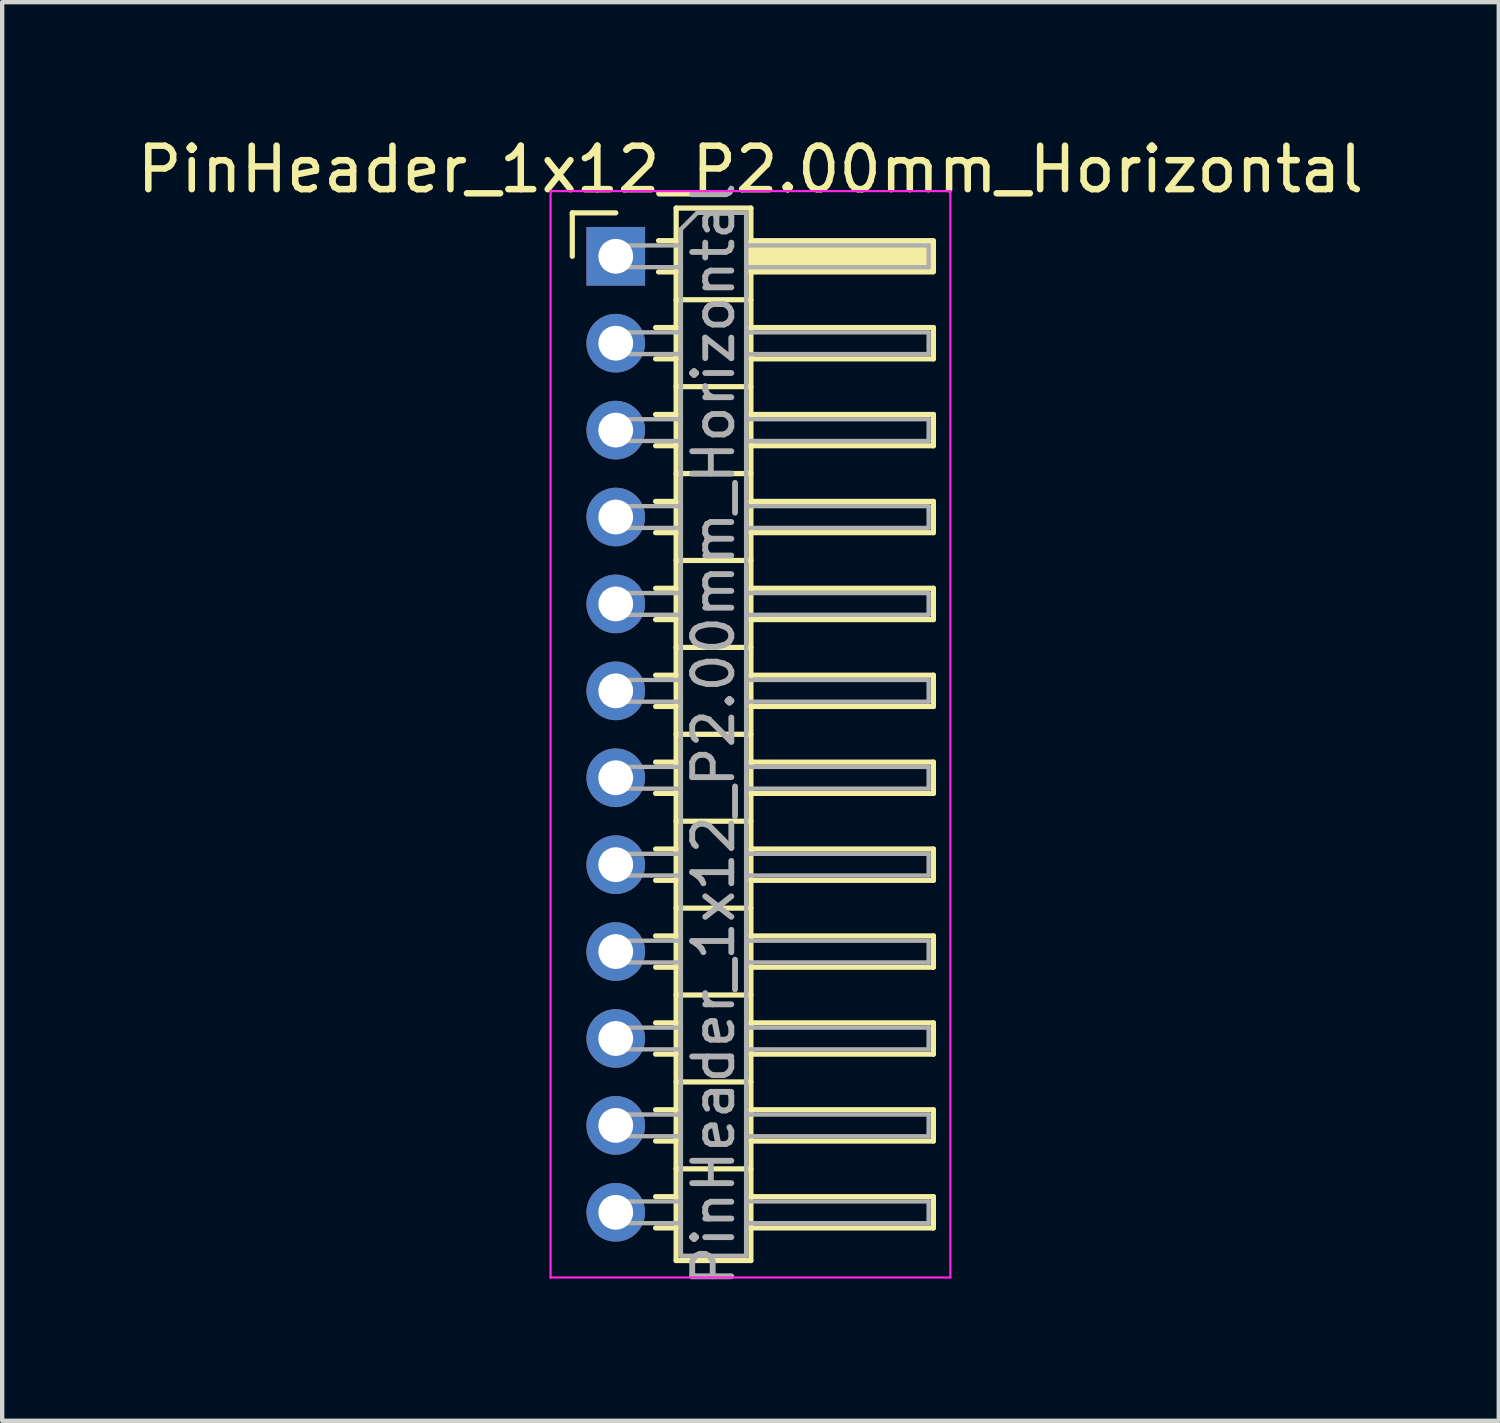
<source format=kicad_pcb>
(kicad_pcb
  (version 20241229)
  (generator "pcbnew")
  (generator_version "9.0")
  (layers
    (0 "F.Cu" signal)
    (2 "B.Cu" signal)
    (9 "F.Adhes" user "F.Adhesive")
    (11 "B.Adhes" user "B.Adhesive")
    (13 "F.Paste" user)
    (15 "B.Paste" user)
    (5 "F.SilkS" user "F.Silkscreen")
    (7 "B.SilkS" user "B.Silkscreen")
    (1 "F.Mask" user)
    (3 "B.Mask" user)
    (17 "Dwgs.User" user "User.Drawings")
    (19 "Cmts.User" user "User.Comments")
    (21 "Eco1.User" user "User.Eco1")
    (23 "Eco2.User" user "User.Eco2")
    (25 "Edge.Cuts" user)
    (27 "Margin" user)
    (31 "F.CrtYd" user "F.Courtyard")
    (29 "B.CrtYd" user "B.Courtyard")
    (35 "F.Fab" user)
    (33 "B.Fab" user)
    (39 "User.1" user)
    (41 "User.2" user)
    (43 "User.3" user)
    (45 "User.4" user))
  (footprint "PinHeader_1x12_P2.00mm_Horizontal"
    (layer "F.Cu")
    (at 11.12 2.848)
    (property "Reference" "PinHeader_1x12_P2.00mm_Horizontal" (at 3.1 -2 0) (layer "F.SilkS") (effects (font (size 1 1) (thickness 0.15))))
    (attr through_hole)
    (fp_line (start -1 -1) (end 0 -1) (stroke (width 0.12) (type solid)) (layer "F.SilkS"))
    (fp_line (start -1 0) (end -1 -1) (stroke (width 0.12) (type solid)) (layer "F.SilkS"))
    (fp_line (start 0.917 1.64) (end 1.39 1.64) (stroke (width 0.12) (type solid)) (layer "F.SilkS"))
    (fp_line (start 0.917 2.36) (end 1.39 2.36) (stroke (width 0.12) (type solid)) (layer "F.SilkS"))
    (fp_line (start 0.917 3.64) (end 1.39 3.64) (stroke (width 0.12) (type solid)) (layer "F.SilkS"))
    (fp_line (start 0.917 4.36) (end 1.39 4.36) (stroke (width 0.12) (type solid)) (layer "F.SilkS"))
    (fp_line (start 0.917 5.64) (end 1.39 5.64) (stroke (width 0.12) (type solid)) (layer "F.SilkS"))
    (fp_line (start 0.917 6.36) (end 1.39 6.36) (stroke (width 0.12) (type solid)) (layer "F.SilkS"))
    (fp_line (start 0.917 7.64) (end 1.39 7.64) (stroke (width 0.12) (type solid)) (layer "F.SilkS"))
    (fp_line (start 0.917 8.36) (end 1.39 8.36) (stroke (width 0.12) (type solid)) (layer "F.SilkS"))
    (fp_line (start 0.917 9.64) (end 1.39 9.64) (stroke (width 0.12) (type solid)) (layer "F.SilkS"))
    (fp_line (start 0.917 10.36) (end 1.39 10.36) (stroke (width 0.12) (type solid)) (layer "F.SilkS"))
    (fp_line (start 0.917 11.64) (end 1.39 11.64) (stroke (width 0.12) (type solid)) (layer "F.SilkS"))
    (fp_line (start 0.917 12.36) (end 1.39 12.36) (stroke (width 0.12) (type solid)) (layer "F.SilkS"))
    (fp_line (start 0.917 13.64) (end 1.39 13.64) (stroke (width 0.12) (type solid)) (layer "F.SilkS"))
    (fp_line (start 0.917 14.36) (end 1.39 14.36) (stroke (width 0.12) (type solid)) (layer "F.SilkS"))
    (fp_line (start 0.917 15.64) (end 1.39 15.64) (stroke (width 0.12) (type solid)) (layer "F.SilkS"))
    (fp_line (start 0.917 16.36) (end 1.39 16.36) (stroke (width 0.12) (type solid)) (layer "F.SilkS"))
    (fp_line (start 0.917 17.64) (end 1.39 17.64) (stroke (width 0.12) (type solid)) (layer "F.SilkS"))
    (fp_line (start 0.917 18.36) (end 1.39 18.36) (stroke (width 0.12) (type solid)) (layer "F.SilkS"))
    (fp_line (start 0.917 19.64) (end 1.39 19.64) (stroke (width 0.12) (type solid)) (layer "F.SilkS"))
    (fp_line (start 0.917 20.36) (end 1.39 20.36) (stroke (width 0.12) (type solid)) (layer "F.SilkS"))
    (fp_line (start 0.917 21.64) (end 1.39 21.64) (stroke (width 0.12) (type solid)) (layer "F.SilkS"))
    (fp_line (start 0.917 22.36) (end 1.39 22.36) (stroke (width 0.12) (type solid)) (layer "F.SilkS"))
    (fp_line (start 0.985 -0.36) (end 1.39 -0.36) (stroke (width 0.12) (type solid)) (layer "F.SilkS"))
    (fp_line (start 0.985 0.36) (end 1.39 0.36) (stroke (width 0.12) (type solid)) (layer "F.SilkS"))
    (fp_line (start 1.39 -1.11) (end 1.39 23.11) (stroke (width 0.12) (type solid)) (layer "F.SilkS"))
    (fp_line (start 1.39 1) (end 3.11 1) (stroke (width 0.12) (type solid)) (layer "F.SilkS"))
    (fp_line (start 1.39 3) (end 3.11 3) (stroke (width 0.12) (type solid)) (layer "F.SilkS"))
    (fp_line (start 1.39 5) (end 3.11 5) (stroke (width 0.12) (type solid)) (layer "F.SilkS"))
    (fp_line (start 1.39 7) (end 3.11 7) (stroke (width 0.12) (type solid)) (layer "F.SilkS"))
    (fp_line (start 1.39 9) (end 3.11 9) (stroke (width 0.12) (type solid)) (layer "F.SilkS"))
    (fp_line (start 1.39 11) (end 3.11 11) (stroke (width 0.12) (type solid)) (layer "F.SilkS"))
    (fp_line (start 1.39 13) (end 3.11 13) (stroke (width 0.12) (type solid)) (layer "F.SilkS"))
    (fp_line (start 1.39 15) (end 3.11 15) (stroke (width 0.12) (type solid)) (layer "F.SilkS"))
    (fp_line (start 1.39 17) (end 3.11 17) (stroke (width 0.12) (type solid)) (layer "F.SilkS"))
    (fp_line (start 1.39 19) (end 3.11 19) (stroke (width 0.12) (type solid)) (layer "F.SilkS"))
    (fp_line (start 1.39 21) (end 3.11 21) (stroke (width 0.12) (type solid)) (layer "F.SilkS"))
    (fp_line (start 1.39 23.11) (end 3.11 23.11) (stroke (width 0.12) (type solid)) (layer "F.SilkS"))
    (fp_line (start 3.11 -1.11) (end 1.39 -1.11) (stroke (width 0.12) (type solid)) (layer "F.SilkS"))
    (fp_line (start 3.11 1.64) (end 7.31 1.64) (stroke (width 0.12) (type solid)) (layer "F.SilkS"))
    (fp_line (start 3.11 3.64) (end 7.31 3.64) (stroke (width 0.12) (type solid)) (layer "F.SilkS"))
    (fp_line (start 3.11 5.64) (end 7.31 5.64) (stroke (width 0.12) (type solid)) (layer "F.SilkS"))
    (fp_line (start 3.11 7.64) (end 7.31 7.64) (stroke (width 0.12) (type solid)) (layer "F.SilkS"))
    (fp_line (start 3.11 9.64) (end 7.31 9.64) (stroke (width 0.12) (type solid)) (layer "F.SilkS"))
    (fp_line (start 3.11 11.64) (end 7.31 11.64) (stroke (width 0.12) (type solid)) (layer "F.SilkS"))
    (fp_line (start 3.11 13.64) (end 7.31 13.64) (stroke (width 0.12) (type solid)) (layer "F.SilkS"))
    (fp_line (start 3.11 15.64) (end 7.31 15.64) (stroke (width 0.12) (type solid)) (layer "F.SilkS"))
    (fp_line (start 3.11 17.64) (end 7.31 17.64) (stroke (width 0.12) (type solid)) (layer "F.SilkS"))
    (fp_line (start 3.11 19.64) (end 7.31 19.64) (stroke (width 0.12) (type solid)) (layer "F.SilkS"))
    (fp_line (start 3.11 21.64) (end 7.31 21.64) (stroke (width 0.12) (type solid)) (layer "F.SilkS"))
    (fp_line (start 3.11 23.11) (end 3.11 -1.11) (stroke (width 0.12) (type solid)) (layer "F.SilkS"))
    (fp_line (start 7.31 1.64) (end 7.31 2.36) (stroke (width 0.12) (type solid)) (layer "F.SilkS"))
    (fp_line (start 7.31 2.36) (end 3.11 2.36) (stroke (width 0.12) (type solid)) (layer "F.SilkS"))
    (fp_line (start 7.31 3.64) (end 7.31 4.36) (stroke (width 0.12) (type solid)) (layer "F.SilkS"))
    (fp_line (start 7.31 4.36) (end 3.11 4.36) (stroke (width 0.12) (type solid)) (layer "F.SilkS"))
    (fp_line (start 7.31 5.64) (end 7.31 6.36) (stroke (width 0.12) (type solid)) (layer "F.SilkS"))
    (fp_line (start 7.31 6.36) (end 3.11 6.36) (stroke (width 0.12) (type solid)) (layer "F.SilkS"))
    (fp_line (start 7.31 7.64) (end 7.31 8.36) (stroke (width 0.12) (type solid)) (layer "F.SilkS"))
    (fp_line (start 7.31 8.36) (end 3.11 8.36) (stroke (width 0.12) (type solid)) (layer "F.SilkS"))
    (fp_line (start 7.31 9.64) (end 7.31 10.36) (stroke (width 0.12) (type solid)) (layer "F.SilkS"))
    (fp_line (start 7.31 10.36) (end 3.11 10.36) (stroke (width 0.12) (type solid)) (layer "F.SilkS"))
    (fp_line (start 7.31 11.64) (end 7.31 12.36) (stroke (width 0.12) (type solid)) (layer "F.SilkS"))
    (fp_line (start 7.31 12.36) (end 3.11 12.36) (stroke (width 0.12) (type solid)) (layer "F.SilkS"))
    (fp_line (start 7.31 13.64) (end 7.31 14.36) (stroke (width 0.12) (type solid)) (layer "F.SilkS"))
    (fp_line (start 7.31 14.36) (end 3.11 14.36) (stroke (width 0.12) (type solid)) (layer "F.SilkS"))
    (fp_line (start 7.31 15.64) (end 7.31 16.36) (stroke (width 0.12) (type solid)) (layer "F.SilkS"))
    (fp_line (start 7.31 16.36) (end 3.11 16.36) (stroke (width 0.12) (type solid)) (layer "F.SilkS"))
    (fp_line (start 7.31 17.64) (end 7.31 18.36) (stroke (width 0.12) (type solid)) (layer "F.SilkS"))
    (fp_line (start 7.31 18.36) (end 3.11 18.36) (stroke (width 0.12) (type solid)) (layer "F.SilkS"))
    (fp_line (start 7.31 19.64) (end 7.31 20.36) (stroke (width 0.12) (type solid)) (layer "F.SilkS"))
    (fp_line (start 7.31 20.36) (end 3.11 20.36) (stroke (width 0.12) (type solid)) (layer "F.SilkS"))
    (fp_line (start 7.31 21.64) (end 7.31 22.36) (stroke (width 0.12) (type solid)) (layer "F.SilkS"))
    (fp_line (start 7.31 22.36) (end 3.11 22.36) (stroke (width 0.12) (type solid)) (layer "F.SilkS"))
    (fp_rect (start 3.11 -0.36) (end 7.31 0.36) (stroke (width 0.12) (type solid)) (fill yes) (layer "F.SilkS"))
    (fp_line (start -1.5 -1.5) (end -1.5 23.5) (stroke (width 0.05) (type solid)) (layer "F.CrtYd"))
    (fp_line (start -1.5 23.5) (end 7.7 23.5) (stroke (width 0.05) (type solid)) (layer "F.CrtYd"))
    (fp_line (start 7.7 -1.5) (end -1.5 -1.5) (stroke (width 0.05) (type solid)) (layer "F.CrtYd"))
    (fp_line (start 7.7 23.5) (end 7.7 -1.5) (stroke (width 0.05) (type solid)) (layer "F.CrtYd"))
    (fp_line (start -0.25 -0.25) (end -0.25 0.25) (stroke (width 0.1) (type solid)) (layer "F.Fab"))
    (fp_line (start -0.25 -0.25) (end 1.5 -0.25) (stroke (width 0.1) (type solid)) (layer "F.Fab"))
    (fp_line (start -0.25 0.25) (end 1.5 0.25) (stroke (width 0.1) (type solid)) (layer "F.Fab"))
    (fp_line (start -0.25 1.75) (end -0.25 2.25) (stroke (width 0.1) (type solid)) (layer "F.Fab"))
    (fp_line (start -0.25 1.75) (end 1.5 1.75) (stroke (width 0.1) (type solid)) (layer "F.Fab"))
    (fp_line (start -0.25 2.25) (end 1.5 2.25) (stroke (width 0.1) (type solid)) (layer "F.Fab"))
    (fp_line (start -0.25 3.75) (end -0.25 4.25) (stroke (width 0.1) (type solid)) (layer "F.Fab"))
    (fp_line (start -0.25 3.75) (end 1.5 3.75) (stroke (width 0.1) (type solid)) (layer "F.Fab"))
    (fp_line (start -0.25 4.25) (end 1.5 4.25) (stroke (width 0.1) (type solid)) (layer "F.Fab"))
    (fp_line (start -0.25 5.75) (end -0.25 6.25) (stroke (width 0.1) (type solid)) (layer "F.Fab"))
    (fp_line (start -0.25 5.75) (end 1.5 5.75) (stroke (width 0.1) (type solid)) (layer "F.Fab"))
    (fp_line (start -0.25 6.25) (end 1.5 6.25) (stroke (width 0.1) (type solid)) (layer "F.Fab"))
    (fp_line (start -0.25 7.75) (end -0.25 8.25) (stroke (width 0.1) (type solid)) (layer "F.Fab"))
    (fp_line (start -0.25 7.75) (end 1.5 7.75) (stroke (width 0.1) (type solid)) (layer "F.Fab"))
    (fp_line (start -0.25 8.25) (end 1.5 8.25) (stroke (width 0.1) (type solid)) (layer "F.Fab"))
    (fp_line (start -0.25 9.75) (end -0.25 10.25) (stroke (width 0.1) (type solid)) (layer "F.Fab"))
    (fp_line (start -0.25 9.75) (end 1.5 9.75) (stroke (width 0.1) (type solid)) (layer "F.Fab"))
    (fp_line (start -0.25 10.25) (end 1.5 10.25) (stroke (width 0.1) (type solid)) (layer "F.Fab"))
    (fp_line (start -0.25 11.75) (end -0.25 12.25) (stroke (width 0.1) (type solid)) (layer "F.Fab"))
    (fp_line (start -0.25 11.75) (end 1.5 11.75) (stroke (width 0.1) (type solid)) (layer "F.Fab"))
    (fp_line (start -0.25 12.25) (end 1.5 12.25) (stroke (width 0.1) (type solid)) (layer "F.Fab"))
    (fp_line (start -0.25 13.75) (end -0.25 14.25) (stroke (width 0.1) (type solid)) (layer "F.Fab"))
    (fp_line (start -0.25 13.75) (end 1.5 13.75) (stroke (width 0.1) (type solid)) (layer "F.Fab"))
    (fp_line (start -0.25 14.25) (end 1.5 14.25) (stroke (width 0.1) (type solid)) (layer "F.Fab"))
    (fp_line (start -0.25 15.75) (end -0.25 16.25) (stroke (width 0.1) (type solid)) (layer "F.Fab"))
    (fp_line (start -0.25 15.75) (end 1.5 15.75) (stroke (width 0.1) (type solid)) (layer "F.Fab"))
    (fp_line (start -0.25 16.25) (end 1.5 16.25) (stroke (width 0.1) (type solid)) (layer "F.Fab"))
    (fp_line (start -0.25 17.75) (end -0.25 18.25) (stroke (width 0.1) (type solid)) (layer "F.Fab"))
    (fp_line (start -0.25 17.75) (end 1.5 17.75) (stroke (width 0.1) (type solid)) (layer "F.Fab"))
    (fp_line (start -0.25 18.25) (end 1.5 18.25) (stroke (width 0.1) (type solid)) (layer "F.Fab"))
    (fp_line (start -0.25 19.75) (end -0.25 20.25) (stroke (width 0.1) (type solid)) (layer "F.Fab"))
    (fp_line (start -0.25 19.75) (end 1.5 19.75) (stroke (width 0.1) (type solid)) (layer "F.Fab"))
    (fp_line (start -0.25 20.25) (end 1.5 20.25) (stroke (width 0.1) (type solid)) (layer "F.Fab"))
    (fp_line (start -0.25 21.75) (end -0.25 22.25) (stroke (width 0.1) (type solid)) (layer "F.Fab"))
    (fp_line (start -0.25 21.75) (end 1.5 21.75) (stroke (width 0.1) (type solid)) (layer "F.Fab"))
    (fp_line (start -0.25 22.25) (end 1.5 22.25) (stroke (width 0.1) (type solid)) (layer "F.Fab"))
    (fp_line (start 1.5 -0.625) (end 1.875 -1) (stroke (width 0.1) (type solid)) (layer "F.Fab"))
    (fp_line (start 1.5 23) (end 1.5 -0.625) (stroke (width 0.1) (type solid)) (layer "F.Fab"))
    (fp_line (start 1.875 -1) (end 3 -1) (stroke (width 0.1) (type solid)) (layer "F.Fab"))
    (fp_line (start 3 -1) (end 3 23) (stroke (width 0.1) (type solid)) (layer "F.Fab"))
    (fp_line (start 3 -0.25) (end 7.2 -0.25) (stroke (width 0.1) (type solid)) (layer "F.Fab"))
    (fp_line (start 3 0.25) (end 7.2 0.25) (stroke (width 0.1) (type solid)) (layer "F.Fab"))
    (fp_line (start 3 1.75) (end 7.2 1.75) (stroke (width 0.1) (type solid)) (layer "F.Fab"))
    (fp_line (start 3 2.25) (end 7.2 2.25) (stroke (width 0.1) (type solid)) (layer "F.Fab"))
    (fp_line (start 3 3.75) (end 7.2 3.75) (stroke (width 0.1) (type solid)) (layer "F.Fab"))
    (fp_line (start 3 4.25) (end 7.2 4.25) (stroke (width 0.1) (type solid)) (layer "F.Fab"))
    (fp_line (start 3 5.75) (end 7.2 5.75) (stroke (width 0.1) (type solid)) (layer "F.Fab"))
    (fp_line (start 3 6.25) (end 7.2 6.25) (stroke (width 0.1) (type solid)) (layer "F.Fab"))
    (fp_line (start 3 7.75) (end 7.2 7.75) (stroke (width 0.1) (type solid)) (layer "F.Fab"))
    (fp_line (start 3 8.25) (end 7.2 8.25) (stroke (width 0.1) (type solid)) (layer "F.Fab"))
    (fp_line (start 3 9.75) (end 7.2 9.75) (stroke (width 0.1) (type solid)) (layer "F.Fab"))
    (fp_line (start 3 10.25) (end 7.2 10.25) (stroke (width 0.1) (type solid)) (layer "F.Fab"))
    (fp_line (start 3 11.75) (end 7.2 11.75) (stroke (width 0.1) (type solid)) (layer "F.Fab"))
    (fp_line (start 3 12.25) (end 7.2 12.25) (stroke (width 0.1) (type solid)) (layer "F.Fab"))
    (fp_line (start 3 13.75) (end 7.2 13.75) (stroke (width 0.1) (type solid)) (layer "F.Fab"))
    (fp_line (start 3 14.25) (end 7.2 14.25) (stroke (width 0.1) (type solid)) (layer "F.Fab"))
    (fp_line (start 3 15.75) (end 7.2 15.75) (stroke (width 0.1) (type solid)) (layer "F.Fab"))
    (fp_line (start 3 16.25) (end 7.2 16.25) (stroke (width 0.1) (type solid)) (layer "F.Fab"))
    (fp_line (start 3 17.75) (end 7.2 17.75) (stroke (width 0.1) (type solid)) (layer "F.Fab"))
    (fp_line (start 3 18.25) (end 7.2 18.25) (stroke (width 0.1) (type solid)) (layer "F.Fab"))
    (fp_line (start 3 19.75) (end 7.2 19.75) (stroke (width 0.1) (type solid)) (layer "F.Fab"))
    (fp_line (start 3 20.25) (end 7.2 20.25) (stroke (width 0.1) (type solid)) (layer "F.Fab"))
    (fp_line (start 3 21.75) (end 7.2 21.75) (stroke (width 0.1) (type solid)) (layer "F.Fab"))
    (fp_line (start 3 22.25) (end 7.2 22.25) (stroke (width 0.1) (type solid)) (layer "F.Fab"))
    (fp_line (start 3 23) (end 1.5 23) (stroke (width 0.1) (type solid)) (layer "F.Fab"))
    (fp_line (start 7.2 -0.25) (end 7.2 0.25) (stroke (width 0.1) (type solid)) (layer "F.Fab"))
    (fp_line (start 7.2 1.75) (end 7.2 2.25) (stroke (width 0.1) (type solid)) (layer "F.Fab"))
    (fp_line (start 7.2 3.75) (end 7.2 4.25) (stroke (width 0.1) (type solid)) (layer "F.Fab"))
    (fp_line (start 7.2 5.75) (end 7.2 6.25) (stroke (width 0.1) (type solid)) (layer "F.Fab"))
    (fp_line (start 7.2 7.75) (end 7.2 8.25) (stroke (width 0.1) (type solid)) (layer "F.Fab"))
    (fp_line (start 7.2 9.75) (end 7.2 10.25) (stroke (width 0.1) (type solid)) (layer "F.Fab"))
    (fp_line (start 7.2 11.75) (end 7.2 12.25) (stroke (width 0.1) (type solid)) (layer "F.Fab"))
    (fp_line (start 7.2 13.75) (end 7.2 14.25) (stroke (width 0.1) (type solid)) (layer "F.Fab"))
    (fp_line (start 7.2 15.75) (end 7.2 16.25) (stroke (width 0.1) (type solid)) (layer "F.Fab"))
    (fp_line (start 7.2 17.75) (end 7.2 18.25) (stroke (width 0.1) (type solid)) (layer "F.Fab"))
    (fp_line (start 7.2 19.75) (end 7.2 20.25) (stroke (width 0.1) (type solid)) (layer "F.Fab"))
    (fp_line (start 7.2 21.75) (end 7.2 22.25) (stroke (width 0.1) (type solid)) (layer "F.Fab"))
    (fp_text user "${REFERENCE}" (at 2.25 11 90) (layer "F.Fab") (effects (font (size 0.9 0.9) (thickness 0.135))))
    (pad "1" thru_hole rect (at 0 0) (size 1.35 1.35) (drill 0.8) (layers "*.Cu" "*.Mask"))
    (pad "2" thru_hole circle (at 0 2) (size 1.35 1.35) (drill 0.8) (layers "*.Cu" "*.Mask"))
    (pad "3" thru_hole circle (at 0 4) (size 1.35 1.35) (drill 0.8) (layers "*.Cu" "*.Mask"))
    (pad "4" thru_hole circle (at 0 6) (size 1.35 1.35) (drill 0.8) (layers "*.Cu" "*.Mask"))
    (pad "5" thru_hole circle (at 0 8) (size 1.35 1.35) (drill 0.8) (layers "*.Cu" "*.Mask"))
    (pad "6" thru_hole circle (at 0 10) (size 1.35 1.35) (drill 0.8) (layers "*.Cu" "*.Mask"))
    (pad "7" thru_hole circle (at 0 12) (size 1.35 1.35) (drill 0.8) (layers "*.Cu" "*.Mask"))
    (pad "8" thru_hole circle (at 0 14) (size 1.35 1.35) (drill 0.8) (layers "*.Cu" "*.Mask"))
    (pad "9" thru_hole circle (at 0 16) (size 1.35 1.35) (drill 0.8) (layers "*.Cu" "*.Mask"))
    (pad "10" thru_hole circle (at 0 18) (size 1.35 1.35) (drill 0.8) (layers "*.Cu" "*.Mask"))
    (pad "11" thru_hole circle (at 0 20) (size 1.35 1.35) (drill 0.8) (layers "*.Cu" "*.Mask"))
    (pad "12" thru_hole circle (at 0 22) (size 1.35 1.35) (drill 0.8) (layers "*.Cu" "*.Mask")))
  (gr_rect
    (start -3 -3)
    (end 31.44 29.646)
    (stroke (width 0.1) (type default))
    (fill no)
    (layer "Edge.Cuts")))
</source>
